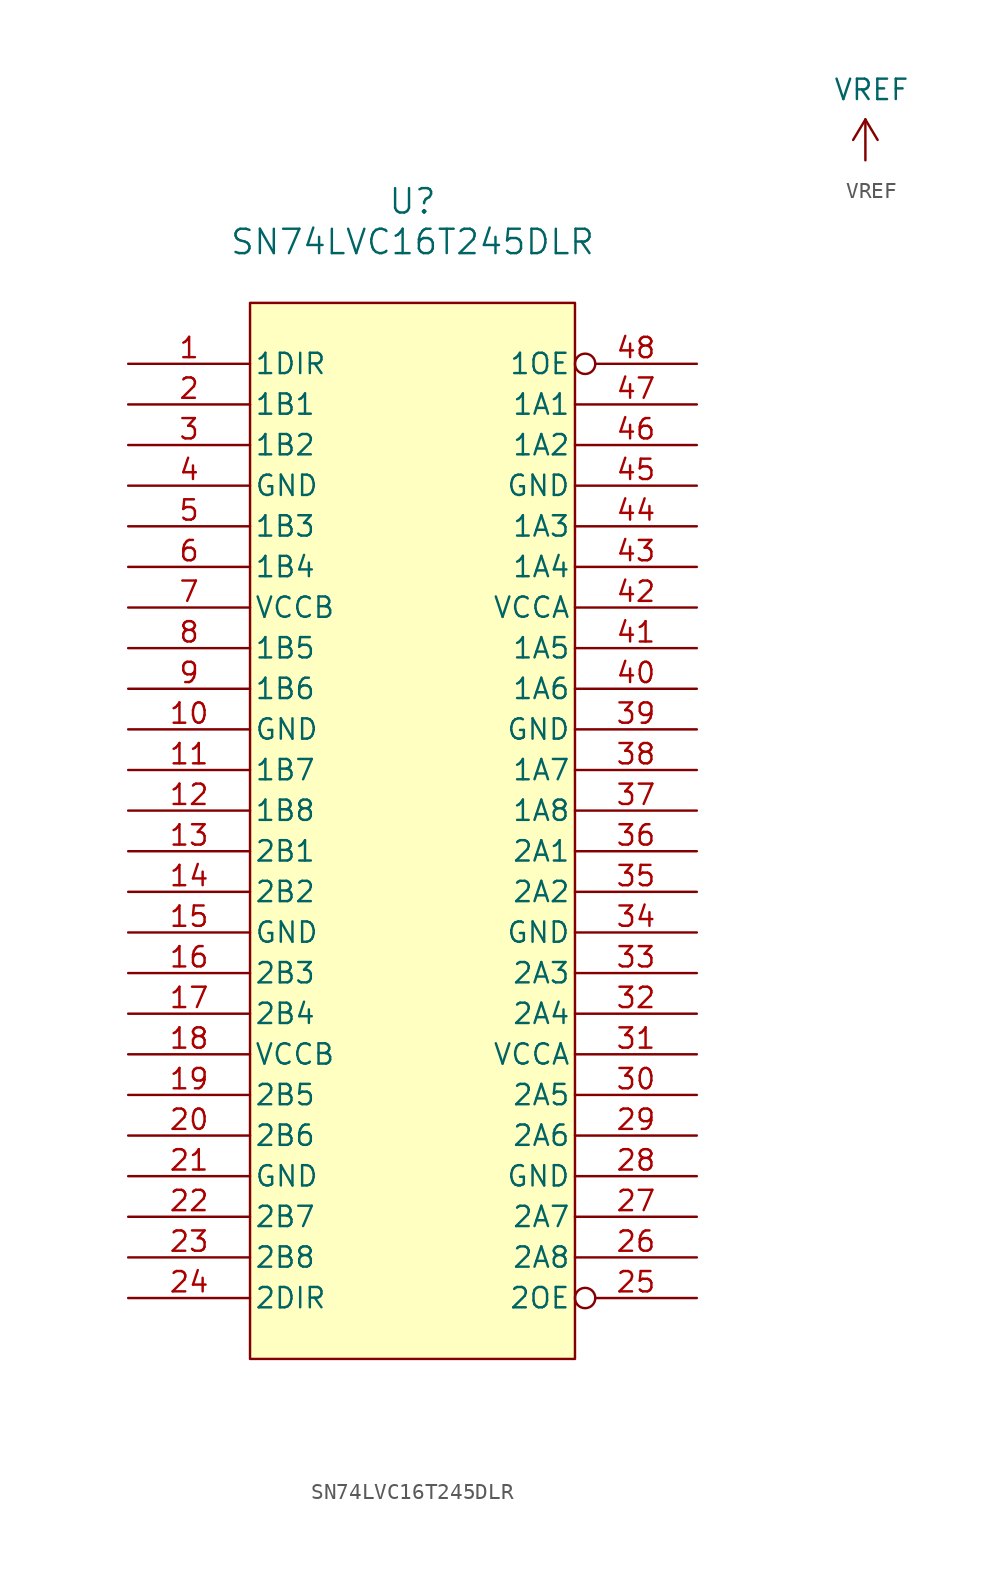
<source format=kicad_sym>
(kicad_symbol_lib
  (version 20231120)
  (generator "kicad_symbol_editor")
  (generator_version "8.0")
  (symbol "SN74LVC16T245DLR"
    (pin_names
      (offset 0.254))
    (property "Reference" "U"
      (at 0 38.1 0)
      (effects (font (size 1.524 1.524))))
    (property "Value" "SN74LVC16T245DLR"
      (at 0 35.56 0)
      (effects (font (size 1.524 1.524))))
    (symbol "SN74LVC16T245DLR_0_1"
      (pin input line (at -17.78 27.94 0) (length 7.62) (name "1DIR" (effects (font (size 1.27 1.27)))) (number "1" (effects (font (size 1.27 1.27)))))
      (pin power_in line (at -17.78 5.08 0) (length 7.62) (name "GND" (effects (font (size 1.27 1.27)))) (number "10" (effects (font (size 1.27 1.27)))))
      (pin bidirectional line (at -17.78 2.54 0) (length 7.62) (name "1B7" (effects (font (size 1.27 1.27)))) (number "11" (effects (font (size 1.27 1.27)))))
      (pin bidirectional line (at -17.78 0 0) (length 7.62) (name "1B8" (effects (font (size 1.27 1.27)))) (number "12" (effects (font (size 1.27 1.27)))))
      (pin bidirectional line (at -17.78 -2.54 0) (length 7.62) (name "2B1" (effects (font (size 1.27 1.27)))) (number "13" (effects (font (size 1.27 1.27)))))
      (pin bidirectional line (at -17.78 -5.08 0) (length 7.62) (name "2B2" (effects (font (size 1.27 1.27)))) (number "14" (effects (font (size 1.27 1.27)))))
      (pin power_in line (at -17.78 -7.62 0) (length 7.62) (name "GND" (effects (font (size 1.27 1.27)))) (number "15" (effects (font (size 1.27 1.27)))))
      (pin bidirectional line (at -17.78 -10.16 0) (length 7.62) (name "2B3" (effects (font (size 1.27 1.27)))) (number "16" (effects (font (size 1.27 1.27)))))
      (pin bidirectional line (at -17.78 -12.7 0) (length 7.62) (name "2B4" (effects (font (size 1.27 1.27)))) (number "17" (effects (font (size 1.27 1.27)))))
      (pin power_in line (at -17.78 -15.24 0) (length 7.62) (name "VCCB" (effects (font (size 1.27 1.27)))) (number "18" (effects (font (size 1.27 1.27)))))
      (pin bidirectional line (at -17.78 -17.78 0) (length 7.62) (name "2B5" (effects (font (size 1.27 1.27)))) (number "19" (effects (font (size 1.27 1.27)))))
      (pin bidirectional line (at -17.78 25.4 0) (length 7.62) (name "1B1" (effects (font (size 1.27 1.27)))) (number "2" (effects (font (size 1.27 1.27)))))
      (pin bidirectional line (at -17.78 -20.32 0) (length 7.62) (name "2B6" (effects (font (size 1.27 1.27)))) (number "20" (effects (font (size 1.27 1.27)))))
      (pin power_in line (at -17.78 -22.86 0) (length 7.62) (name "GND" (effects (font (size 1.27 1.27)))) (number "21" (effects (font (size 1.27 1.27)))))
      (pin bidirectional line (at -17.78 -25.4 0) (length 7.62) (name "2B7" (effects (font (size 1.27 1.27)))) (number "22" (effects (font (size 1.27 1.27)))))
      (pin bidirectional line (at -17.78 -27.94 0) (length 7.62) (name "2B8" (effects (font (size 1.27 1.27)))) (number "23" (effects (font (size 1.27 1.27)))))
      (pin input line (at -17.78 -30.48 0) (length 7.62) (name "2DIR" (effects (font (size 1.27 1.27)))) (number "24" (effects (font (size 1.27 1.27)))))
      (pin input inverted (at 17.78 -30.48 180) (length 7.62) (name "2OE" (effects (font (size 1.27 1.27)))) (number "25" (effects (font (size 1.27 1.27)))))
      (pin bidirectional line (at 17.78 -27.94 180) (length 7.62) (name "2A8" (effects (font (size 1.27 1.27)))) (number "26" (effects (font (size 1.27 1.27)))))
      (pin bidirectional line (at 17.78 -25.4 180) (length 7.62) (name "2A7" (effects (font (size 1.27 1.27)))) (number "27" (effects (font (size 1.27 1.27)))))
      (pin power_in line (at 17.78 -22.86 180) (length 7.62) (name "GND" (effects (font (size 1.27 1.27)))) (number "28" (effects (font (size 1.27 1.27)))))
      (pin bidirectional line (at 17.78 -20.32 180) (length 7.62) (name "2A6" (effects (font (size 1.27 1.27)))) (number "29" (effects (font (size 1.27 1.27)))))
      (pin bidirectional line (at -17.78 22.86 0) (length 7.62) (name "1B2" (effects (font (size 1.27 1.27)))) (number "3" (effects (font (size 1.27 1.27)))))
      (pin bidirectional line (at 17.78 -17.78 180) (length 7.62) (name "2A5" (effects (font (size 1.27 1.27)))) (number "30" (effects (font (size 1.27 1.27)))))
      (pin power_in line (at 17.78 -15.24 180) (length 7.62) (name "VCCA" (effects (font (size 1.27 1.27)))) (number "31" (effects (font (size 1.27 1.27)))))
      (pin bidirectional line (at 17.78 -12.7 180) (length 7.62) (name "2A4" (effects (font (size 1.27 1.27)))) (number "32" (effects (font (size 1.27 1.27)))))
      (pin bidirectional line (at 17.78 -10.16 180) (length 7.62) (name "2A3" (effects (font (size 1.27 1.27)))) (number "33" (effects (font (size 1.27 1.27)))))
      (pin power_in line (at 17.78 -7.62 180) (length 7.62) (name "GND" (effects (font (size 1.27 1.27)))) (number "34" (effects (font (size 1.27 1.27)))))
      (pin bidirectional line (at 17.78 -5.08 180) (length 7.62) (name "2A2" (effects (font (size 1.27 1.27)))) (number "35" (effects (font (size 1.27 1.27)))))
      (pin bidirectional line (at 17.78 -2.54 180) (length 7.62) (name "2A1" (effects (font (size 1.27 1.27)))) (number "36" (effects (font (size 1.27 1.27)))))
      (pin bidirectional line (at 17.78 0 180) (length 7.62) (name "1A8" (effects (font (size 1.27 1.27)))) (number "37" (effects (font (size 1.27 1.27)))))
      (pin bidirectional line (at 17.78 2.54 180) (length 7.62) (name "1A7" (effects (font (size 1.27 1.27)))) (number "38" (effects (font (size 1.27 1.27)))))
      (pin power_in line (at 17.78 5.08 180) (length 7.62) (name "GND" (effects (font (size 1.27 1.27)))) (number "39" (effects (font (size 1.27 1.27)))))
      (pin power_in line (at -17.78 20.32 0) (length 7.62) (name "GND" (effects (font (size 1.27 1.27)))) (number "4" (effects (font (size 1.27 1.27)))))
      (pin bidirectional line (at 17.78 7.62 180) (length 7.62) (name "1A6" (effects (font (size 1.27 1.27)))) (number "40" (effects (font (size 1.27 1.27)))))
      (pin bidirectional line (at 17.78 10.16 180) (length 7.62) (name "1A5" (effects (font (size 1.27 1.27)))) (number "41" (effects (font (size 1.27 1.27)))))
      (pin power_in line (at 17.78 12.7 180) (length 7.62) (name "VCCA" (effects (font (size 1.27 1.27)))) (number "42" (effects (font (size 1.27 1.27)))))
      (pin bidirectional line (at 17.78 15.24 180) (length 7.62) (name "1A4" (effects (font (size 1.27 1.27)))) (number "43" (effects (font (size 1.27 1.27)))))
      (pin bidirectional line (at 17.78 17.78 180) (length 7.62) (name "1A3" (effects (font (size 1.27 1.27)))) (number "44" (effects (font (size 1.27 1.27)))))
      (pin power_in line (at 17.78 20.32 180) (length 7.62) (name "GND" (effects (font (size 1.27 1.27)))) (number "45" (effects (font (size 1.27 1.27)))))
      (pin bidirectional line (at 17.78 22.86 180) (length 7.62) (name "1A2" (effects (font (size 1.27 1.27)))) (number "46" (effects (font (size 1.27 1.27)))))
      (pin bidirectional line (at 17.78 25.4 180) (length 7.62) (name "1A1" (effects (font (size 1.27 1.27)))) (number "47" (effects (font (size 1.27 1.27)))))
      (pin input inverted (at 17.78 27.94 180) (length 7.62) (name "1OE" (effects (font (size 1.27 1.27)))) (number "48" (effects (font (size 1.27 1.27)))))
      (pin bidirectional line (at -17.78 17.78 0) (length 7.62) (name "1B3" (effects (font (size 1.27 1.27)))) (number "5" (effects (font (size 1.27 1.27)))))
      (pin bidirectional line (at -17.78 15.24 0) (length 7.62) (name "1B4" (effects (font (size 1.27 1.27)))) (number "6" (effects (font (size 1.27 1.27)))))
      (pin power_in line (at -17.78 12.7 0) (length 7.62) (name "VCCB" (effects (font (size 1.27 1.27)))) (number "7" (effects (font (size 1.27 1.27)))))
      (pin bidirectional line (at -17.78 10.16 0) (length 7.62) (name "1B5" (effects (font (size 1.27 1.27)))) (number "8" (effects (font (size 1.27 1.27)))))
      (pin bidirectional line (at -17.78 7.62 0) (length 7.62) (name "1B6" (effects (font (size 1.27 1.27)))) (number "9" (effects (font (size 1.27 1.27))))))
    (symbol "SN74LVC16T245DLR_1_1"
      (rectangle (start -10.16 31.75) (end 10.16 -34.29) (stroke (width 0) (type default)) (fill (type background)))))
  (symbol "VREF"
    (power)
    (pin_names
      (offset 0))
    (property "Reference" "#VREF04"
      (at 0 -3.81 0)
      (effects (font (size 1.27 1.27)) (hide yes)))
    (property "Value" "VREF"
      (at 0.381 4.394 0)
      (effects (font (size 1.27 1.27))))
    (symbol "VREF_0_1"
      (polyline (pts (xy -0.762 1.27) (xy 0 2.54)) (stroke (width 0) (type solid)) (fill (type none)))
      (polyline (pts (xy 0 0) (xy 0 2.54)) (stroke (width 0) (type solid)) (fill (type none)))
      (polyline (pts (xy 0 2.54) (xy 0.762 1.27)) (stroke (width 0) (type solid)) (fill (type none))))
    (symbol "VREF_1_1"
      (pin power_in line (at 0 0 90) (length 0) hide (name "Vref" (effects (font (size 1.27 1.27)))) (number "1" (effects (font (size 1.27 1.27))))))))
</source>
